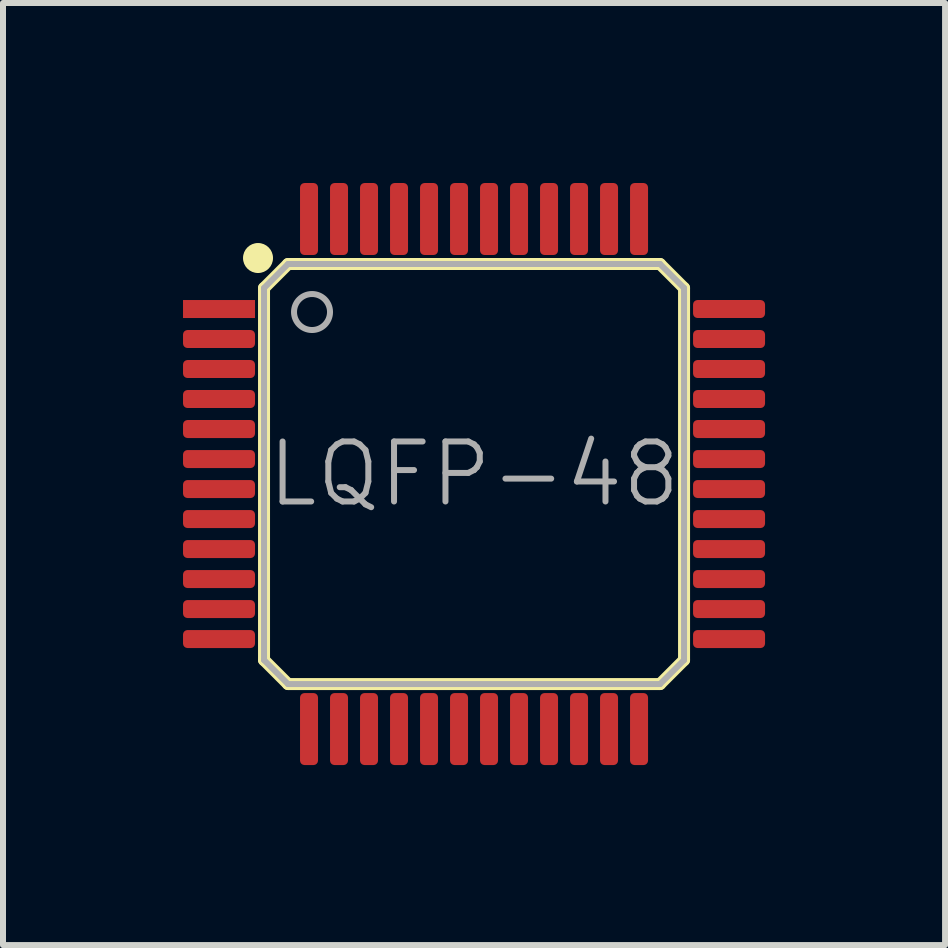
<source format=kicad_pcb>
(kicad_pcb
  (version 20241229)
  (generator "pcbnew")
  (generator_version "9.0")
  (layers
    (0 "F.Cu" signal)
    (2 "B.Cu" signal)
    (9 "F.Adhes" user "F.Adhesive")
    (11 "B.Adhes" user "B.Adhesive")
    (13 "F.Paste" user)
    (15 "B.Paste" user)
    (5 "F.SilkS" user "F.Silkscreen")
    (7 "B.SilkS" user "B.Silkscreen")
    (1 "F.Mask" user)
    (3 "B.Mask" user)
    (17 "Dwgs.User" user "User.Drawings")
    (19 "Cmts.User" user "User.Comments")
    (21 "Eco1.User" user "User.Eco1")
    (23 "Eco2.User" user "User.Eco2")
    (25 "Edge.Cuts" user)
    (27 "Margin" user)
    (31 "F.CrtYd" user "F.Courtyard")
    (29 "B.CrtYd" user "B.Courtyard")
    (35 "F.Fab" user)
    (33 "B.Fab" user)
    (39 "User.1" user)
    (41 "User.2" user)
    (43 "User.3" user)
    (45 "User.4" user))
  (footprint "LQFP-48"
    (layer "F.Cu")
    (at 4.85 4.85)
    (property "Reference" "LQFP-48" (at 0 0 0) (unlocked yes) (layer "F.Fab") (effects (font (size 1 1) (thickness 0.1))))
    (attr smd)
    (fp_line (start -3.6 -3.6) (end -3.6 -3.6) (stroke (width 0.5) (type default)) (layer "F.SilkS"))
    (fp_line (start -3.5 -3.1) (end -3.5 3.1) (stroke (width 0.2) (type default)) (layer "F.SilkS"))
    (fp_line (start -3.5 3.1) (end -3.1 3.5) (stroke (width 0.2) (type default)) (layer "F.SilkS"))
    (fp_line (start -3.1 -3.5) (end -3.5 -3.1) (stroke (width 0.2) (type default)) (layer "F.SilkS"))
    (fp_line (start -3.1 3.5) (end 3.1 3.5) (stroke (width 0.2) (type default)) (layer "F.SilkS"))
    (fp_line (start 3.1 -3.5) (end -3.1 -3.5) (stroke (width 0.2) (type default)) (layer "F.SilkS"))
    (fp_line (start 3.1 3.5) (end 3.5 3.1) (stroke (width 0.2) (type default)) (layer "F.SilkS"))
    (fp_line (start 3.5 -3.1) (end 3.1 -3.5) (stroke (width 0.2) (type default)) (layer "F.SilkS"))
    (fp_line (start 3.5 3.1) (end 3.5 -3.1) (stroke (width 0.2) (type default)) (layer "F.SilkS"))
    (fp_line (start -3.5 -3.1) (end -3.5 3.1) (stroke (width 0.1) (type default)) (layer "F.Fab"))
    (fp_line (start -3.5 3.1) (end -3.1 3.5) (stroke (width 0.1) (type default)) (layer "F.Fab"))
    (fp_line (start -3.1 -3.5) (end -3.5 -3.1) (stroke (width 0.1) (type default)) (layer "F.Fab"))
    (fp_line (start -3.1 3.5) (end 3.1 3.5) (stroke (width 0.1) (type default)) (layer "F.Fab"))
    (fp_line (start 3.1 -3.5) (end -3.1 -3.5) (stroke (width 0.1) (type default)) (layer "F.Fab"))
    (fp_line (start 3.1 3.5) (end 3.5 3.1) (stroke (width 0.1) (type default)) (layer "F.Fab"))
    (fp_line (start 3.5 -3.1) (end 3.1 -3.5) (stroke (width 0.1) (type default)) (layer "F.Fab"))
    (fp_line (start 3.5 3.1) (end 3.5 -3.1) (stroke (width 0.1) (type default)) (layer "F.Fab"))
    (fp_circle (center -2.7 -2.7) (end -2.4 -2.7) (stroke (width 0.1) (type default)) (fill no) (layer "F.Fab"))
    (pad "1" smd rect (at -4.25 -2.75) (size 1.2 0.3) (layers "F.Cu" "F.Mask" "F.Paste"))
    (pad "2" smd roundrect (at -4.25 -2.25) (size 1.2 0.3) (layers "F.Cu" "F.Mask" "F.Paste") (roundrect_rratio 0.25))
    (pad "3" smd roundrect (at -4.25 -1.75) (size 1.2 0.3) (layers "F.Cu" "F.Mask" "F.Paste") (roundrect_rratio 0.25))
    (pad "4" smd roundrect (at -4.25 -1.25) (size 1.2 0.3) (layers "F.Cu" "F.Mask" "F.Paste") (roundrect_rratio 0.25))
    (pad "5" smd roundrect (at -4.25 -0.75) (size 1.2 0.3) (layers "F.Cu" "F.Mask" "F.Paste") (roundrect_rratio 0.25))
    (pad "6" smd roundrect (at -4.25 -0.25) (size 1.2 0.3) (layers "F.Cu" "F.Mask" "F.Paste") (roundrect_rratio 0.25))
    (pad "7" smd roundrect (at -4.25 0.25) (size 1.2 0.3) (layers "F.Cu" "F.Mask" "F.Paste") (roundrect_rratio 0.25))
    (pad "8" smd roundrect (at -4.25 0.75) (size 1.2 0.3) (layers "F.Cu" "F.Mask" "F.Paste") (roundrect_rratio 0.25))
    (pad "9" smd roundrect (at -4.25 1.25) (size 1.2 0.3) (layers "F.Cu" "F.Mask" "F.Paste") (roundrect_rratio 0.25))
    (pad "10" smd roundrect (at -4.25 1.75) (size 1.2 0.3) (layers "F.Cu" "F.Mask" "F.Paste") (roundrect_rratio 0.25))
    (pad "11" smd roundrect (at -4.25 2.25) (size 1.2 0.3) (layers "F.Cu" "F.Mask" "F.Paste") (roundrect_rratio 0.25))
    (pad "12" smd roundrect (at -4.25 2.75) (size 1.2 0.3) (layers "F.Cu" "F.Mask" "F.Paste") (roundrect_rratio 0.25))
    (pad "13" smd roundrect (at -2.75 4.25 90) (size 1.2 0.3) (layers "F.Cu" "F.Mask" "F.Paste") (roundrect_rratio 0.25))
    (pad "14" smd roundrect (at -2.25 4.25 90) (size 1.2 0.3) (layers "F.Cu" "F.Mask" "F.Paste") (roundrect_rratio 0.25))
    (pad "15" smd roundrect (at -1.75 4.25 90) (size 1.2 0.3) (layers "F.Cu" "F.Mask" "F.Paste") (roundrect_rratio 0.25))
    (pad "16" smd roundrect (at -1.25 4.25 90) (size 1.2 0.3) (layers "F.Cu" "F.Mask" "F.Paste") (roundrect_rratio 0.25))
    (pad "17" smd roundrect (at -0.75 4.25 90) (size 1.2 0.3) (layers "F.Cu" "F.Mask" "F.Paste") (roundrect_rratio 0.25))
    (pad "18" smd roundrect (at -0.25 4.25 90) (size 1.2 0.3) (layers "F.Cu" "F.Mask" "F.Paste") (roundrect_rratio 0.25))
    (pad "19" smd roundrect (at 0.25 4.25 90) (size 1.2 0.3) (layers "F.Cu" "F.Mask" "F.Paste") (roundrect_rratio 0.25))
    (pad "20" smd roundrect (at 0.75 4.25 90) (size 1.2 0.3) (layers "F.Cu" "F.Mask" "F.Paste") (roundrect_rratio 0.25))
    (pad "21" smd roundrect (at 1.25 4.25 90) (size 1.2 0.3) (layers "F.Cu" "F.Mask" "F.Paste") (roundrect_rratio 0.25))
    (pad "22" smd roundrect (at 1.75 4.25 90) (size 1.2 0.3) (layers "F.Cu" "F.Mask" "F.Paste") (roundrect_rratio 0.25))
    (pad "23" smd roundrect (at 2.25 4.25 90) (size 1.2 0.3) (layers "F.Cu" "F.Mask" "F.Paste") (roundrect_rratio 0.25))
    (pad "24" smd roundrect (at 2.75 4.25 90) (size 1.2 0.3) (layers "F.Cu" "F.Mask" "F.Paste") (roundrect_rratio 0.25))
    (pad "25" smd roundrect (at 4.25 2.75) (size 1.2 0.3) (layers "F.Cu" "F.Mask" "F.Paste") (roundrect_rratio 0.25))
    (pad "26" smd roundrect (at 4.25 2.25) (size 1.2 0.3) (layers "F.Cu" "F.Mask" "F.Paste") (roundrect_rratio 0.25))
    (pad "27" smd roundrect (at 4.25 1.75) (size 1.2 0.3) (layers "F.Cu" "F.Mask" "F.Paste") (roundrect_rratio 0.25))
    (pad "28" smd roundrect (at 4.25 1.25) (size 1.2 0.3) (layers "F.Cu" "F.Mask" "F.Paste") (roundrect_rratio 0.25))
    (pad "29" smd roundrect (at 4.25 0.75) (size 1.2 0.3) (layers "F.Cu" "F.Mask" "F.Paste") (roundrect_rratio 0.25))
    (pad "30" smd roundrect (at 4.25 0.25) (size 1.2 0.3) (layers "F.Cu" "F.Mask" "F.Paste") (roundrect_rratio 0.25))
    (pad "31" smd roundrect (at 4.25 -0.25) (size 1.2 0.3) (layers "F.Cu" "F.Mask" "F.Paste") (roundrect_rratio 0.25))
    (pad "32" smd roundrect (at 4.25 -0.75) (size 1.2 0.3) (layers "F.Cu" "F.Mask" "F.Paste") (roundrect_rratio 0.25))
    (pad "33" smd roundrect (at 4.25 -1.25) (size 1.2 0.3) (layers "F.Cu" "F.Mask" "F.Paste") (roundrect_rratio 0.25))
    (pad "34" smd roundrect (at 4.25 -1.75) (size 1.2 0.3) (layers "F.Cu" "F.Mask" "F.Paste") (roundrect_rratio 0.25))
    (pad "35" smd roundrect (at 4.25 -2.25) (size 1.2 0.3) (layers "F.Cu" "F.Mask" "F.Paste") (roundrect_rratio 0.25))
    (pad "36" smd roundrect (at 4.25 -2.75) (size 1.2 0.3) (layers "F.Cu" "F.Mask" "F.Paste") (roundrect_rratio 0.25))
    (pad "37" smd roundrect (at 2.75 -4.25 90) (size 1.2 0.3) (layers "F.Cu" "F.Mask" "F.Paste") (roundrect_rratio 0.25))
    (pad "38" smd roundrect (at 2.25 -4.25 90) (size 1.2 0.3) (layers "F.Cu" "F.Mask" "F.Paste") (roundrect_rratio 0.25))
    (pad "39" smd roundrect (at 1.75 -4.25 90) (size 1.2 0.3) (layers "F.Cu" "F.Mask" "F.Paste") (roundrect_rratio 0.25))
    (pad "40" smd roundrect (at 1.25 -4.25 90) (size 1.2 0.3) (layers "F.Cu" "F.Mask" "F.Paste") (roundrect_rratio 0.25))
    (pad "41" smd roundrect (at 0.75 -4.25 90) (size 1.2 0.3) (layers "F.Cu" "F.Mask" "F.Paste") (roundrect_rratio 0.25))
    (pad "42" smd roundrect (at 0.25 -4.25 90) (size 1.2 0.3) (layers "F.Cu" "F.Mask" "F.Paste") (roundrect_rratio 0.25))
    (pad "43" smd roundrect (at -0.25 -4.25 90) (size 1.2 0.3) (layers "F.Cu" "F.Mask" "F.Paste") (roundrect_rratio 0.25))
    (pad "44" smd roundrect (at -0.75 -4.25 90) (size 1.2 0.3) (layers "F.Cu" "F.Mask" "F.Paste") (roundrect_rratio 0.25))
    (pad "45" smd roundrect (at -1.25 -4.25 90) (size 1.2 0.3) (layers "F.Cu" "F.Mask" "F.Paste") (roundrect_rratio 0.25))
    (pad "46" smd roundrect (at -1.75 -4.25 90) (size 1.2 0.3) (layers "F.Cu" "F.Mask" "F.Paste") (roundrect_rratio 0.25))
    (pad "47" smd roundrect (at -2.25 -4.25 90) (size 1.2 0.3) (layers "F.Cu" "F.Mask" "F.Paste") (roundrect_rratio 0.25))
    (pad "48" smd roundrect (at -2.75 -4.25 90) (size 1.2 0.3) (layers "F.Cu" "F.Mask" "F.Paste") (roundrect_rratio 0.25)))
  (gr_rect
    (start -3 -3)
    (end 12.7 12.7)
    (stroke (width 0.1) (type default))
    (fill no)
    (layer "Edge.Cuts")))
</source>
